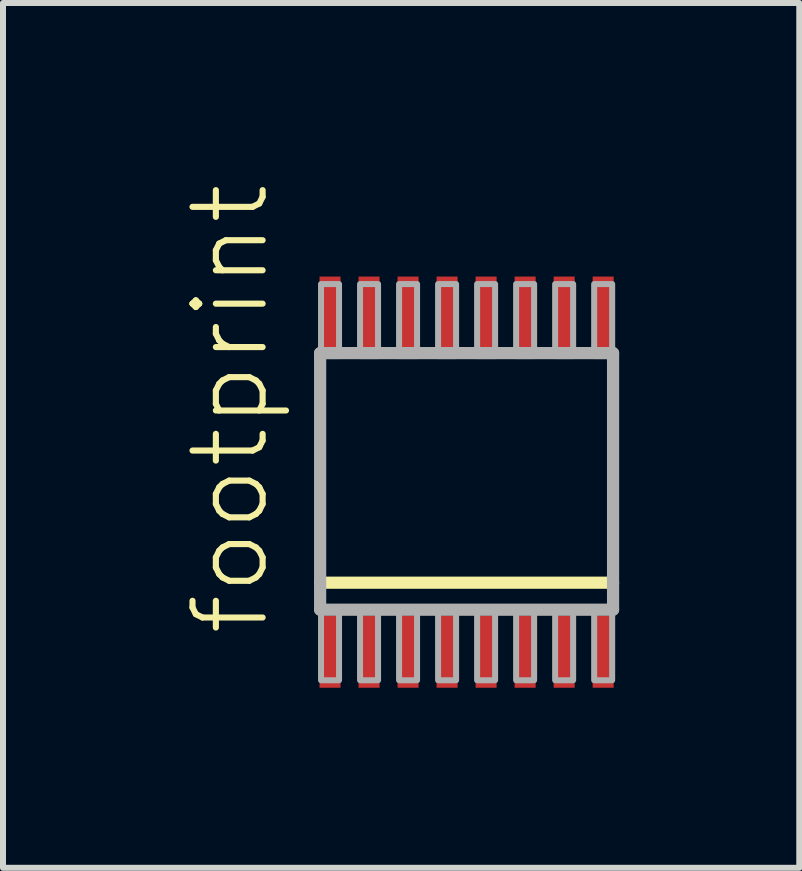
<source format=kicad_pcb>
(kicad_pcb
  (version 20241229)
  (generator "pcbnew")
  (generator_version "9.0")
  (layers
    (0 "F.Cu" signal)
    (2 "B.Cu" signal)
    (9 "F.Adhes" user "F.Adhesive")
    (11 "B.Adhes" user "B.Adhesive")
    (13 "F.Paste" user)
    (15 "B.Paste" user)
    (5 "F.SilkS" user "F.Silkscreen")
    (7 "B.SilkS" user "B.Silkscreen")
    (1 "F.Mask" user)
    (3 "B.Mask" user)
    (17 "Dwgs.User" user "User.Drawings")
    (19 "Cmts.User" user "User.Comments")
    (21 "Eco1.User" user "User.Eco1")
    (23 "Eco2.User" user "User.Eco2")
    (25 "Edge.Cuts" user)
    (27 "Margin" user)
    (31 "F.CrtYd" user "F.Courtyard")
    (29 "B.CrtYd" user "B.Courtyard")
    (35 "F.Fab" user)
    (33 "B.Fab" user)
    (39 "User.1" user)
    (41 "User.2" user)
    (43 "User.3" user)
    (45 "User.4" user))
  (footprint "footprint"
    (layer "F.Cu")
    (at 4.723 4.982)
    (property "Reference" "footprint" (at -3.25 2.6 90) (layer "F.SilkS") (effects (font (size 1.168 1.168) (thickness 0.102)) (justify left bottom)))
    (fp_line (start 2.44 1.675) (end -2.44 1.675) (stroke (width 0.203) (type solid)) (layer "F.SilkS"))
    (fp_line (start -2.44 -2.15) (end 2.44 -2.15) (stroke (width 0.203) (type solid)) (layer "F.Fab"))
    (fp_line (start -2.44 2.125) (end -2.44 -2.15) (stroke (width 0.203) (type solid)) (layer "F.Fab"))
    (fp_line (start 2.44 -2.15) (end 2.44 2.125) (stroke (width 0.203) (type solid)) (layer "F.Fab"))
    (fp_line (start 2.44 2.125) (end -2.44 2.125) (stroke (width 0.203) (type solid)) (layer "F.Fab"))
    (fp_poly (pts (xy -2.425 3.3) (xy -2.125 3.3) (xy -2.125 2.1) (xy -2.425 2.1)) (stroke (width 0.1) (type solid)) (fill no) (layer "F.Fab"))
    (fp_poly (pts (xy -2.125 -3.3) (xy -2.425 -3.3) (xy -2.425 -2.1) (xy -2.125 -2.1)) (stroke (width 0.1) (type solid)) (fill no) (layer "F.Fab"))
    (fp_poly (pts (xy -1.775 3.3) (xy -1.475 3.3) (xy -1.475 2.1) (xy -1.775 2.1)) (stroke (width 0.1) (type solid)) (fill no) (layer "F.Fab"))
    (fp_poly (pts (xy -1.475 -3.3) (xy -1.775 -3.3) (xy -1.775 -2.1) (xy -1.475 -2.1)) (stroke (width 0.1) (type solid)) (fill no) (layer "F.Fab"))
    (fp_poly (pts (xy -1.125 3.3) (xy -0.825 3.3) (xy -0.825 2.1) (xy -1.125 2.1)) (stroke (width 0.1) (type solid)) (fill no) (layer "F.Fab"))
    (fp_poly (pts (xy -0.825 -3.3) (xy -1.125 -3.3) (xy -1.125 -2.1) (xy -0.825 -2.1)) (stroke (width 0.1) (type solid)) (fill no) (layer "F.Fab"))
    (fp_poly (pts (xy -0.475 3.3) (xy -0.175 3.3) (xy -0.175 2.1) (xy -0.475 2.1)) (stroke (width 0.1) (type solid)) (fill no) (layer "F.Fab"))
    (fp_poly (pts (xy -0.175 -3.3) (xy -0.475 -3.3) (xy -0.475 -2.1) (xy -0.175 -2.1)) (stroke (width 0.1) (type solid)) (fill no) (layer "F.Fab"))
    (fp_poly (pts (xy 0.175 3.3) (xy 0.475 3.3) (xy 0.475 2.1) (xy 0.175 2.1)) (stroke (width 0.1) (type solid)) (fill no) (layer "F.Fab"))
    (fp_poly (pts (xy 0.475 -3.3) (xy 0.175 -3.3) (xy 0.175 -2.1) (xy 0.475 -2.1)) (stroke (width 0.1) (type solid)) (fill no) (layer "F.Fab"))
    (fp_poly (pts (xy 0.825 3.3) (xy 1.125 3.3) (xy 1.125 2.1) (xy 0.825 2.1)) (stroke (width 0.1) (type solid)) (fill no) (layer "F.Fab"))
    (fp_poly (pts (xy 1.125 -3.3) (xy 0.825 -3.3) (xy 0.825 -2.1) (xy 1.125 -2.1)) (stroke (width 0.1) (type solid)) (fill no) (layer "F.Fab"))
    (fp_poly (pts (xy 1.475 3.3) (xy 1.775 3.3) (xy 1.775 2.1) (xy 1.475 2.1)) (stroke (width 0.1) (type solid)) (fill no) (layer "F.Fab"))
    (fp_poly (pts (xy 1.775 -3.3) (xy 1.475 -3.3) (xy 1.475 -2.1) (xy 1.775 -2.1)) (stroke (width 0.1) (type solid)) (fill no) (layer "F.Fab"))
    (fp_poly (pts (xy 2.125 3.3) (xy 2.425 3.3) (xy 2.425 2.1) (xy 2.125 2.1)) (stroke (width 0.1) (type solid)) (fill no) (layer "F.Fab"))
    (fp_poly (pts (xy 2.425 -3.3) (xy 2.125 -3.3) (xy 2.125 -2.1) (xy 2.425 -2.1)) (stroke (width 0.1) (type solid)) (fill no) (layer "F.Fab"))
    (pad "1" smd rect (at -2.275 2.825) (size 0.35 1.2) (layers "F.Cu" "F.Mask" "F.Paste"))
    (pad "2" smd rect (at -1.625 2.825) (size 0.35 1.2) (layers "F.Cu" "F.Mask" "F.Paste"))
    (pad "3" smd rect (at -0.975 2.825) (size 0.35 1.2) (layers "F.Cu" "F.Mask" "F.Paste"))
    (pad "4" smd rect (at -0.325 2.825) (size 0.35 1.2) (layers "F.Cu" "F.Mask" "F.Paste"))
    (pad "5" smd rect (at 0.325 2.825) (size 0.35 1.2) (layers "F.Cu" "F.Mask" "F.Paste"))
    (pad "6" smd rect (at 0.975 2.825) (size 0.35 1.2) (layers "F.Cu" "F.Mask" "F.Paste"))
    (pad "7" smd rect (at 1.625 2.825) (size 0.35 1.2) (layers "F.Cu" "F.Mask" "F.Paste"))
    (pad "8" smd rect (at 2.275 2.825) (size 0.35 1.2) (layers "F.Cu" "F.Mask" "F.Paste"))
    (pad "9" smd rect (at 2.275 -2.825 180) (size 0.35 1.2) (layers "F.Cu" "F.Mask" "F.Paste"))
    (pad "10" smd rect (at 1.625 -2.825 180) (size 0.35 1.2) (layers "F.Cu" "F.Mask" "F.Paste"))
    (pad "11" smd rect (at 0.975 -2.825 180) (size 0.35 1.2) (layers "F.Cu" "F.Mask" "F.Paste"))
    (pad "12" smd rect (at 0.325 -2.825 180) (size 0.35 1.2) (layers "F.Cu" "F.Mask" "F.Paste"))
    (pad "13" smd rect (at -0.325 -2.825 180) (size 0.35 1.2) (layers "F.Cu" "F.Mask" "F.Paste"))
    (pad "14" smd rect (at -0.975 -2.825 180) (size 0.35 1.2) (layers "F.Cu" "F.Mask" "F.Paste"))
    (pad "15" smd rect (at -1.625 -2.825 180) (size 0.35 1.2) (layers "F.Cu" "F.Mask" "F.Paste"))
    (pad "16" smd rect (at -2.275 -2.825 180) (size 0.35 1.2) (layers "F.Cu" "F.Mask" "F.Paste")))
  (gr_rect
    (start -3 -3)
    (end 10.265 11.407)
    (stroke (width 0.1) (type default))
    (fill no)
    (layer "Edge.Cuts")))
</source>
